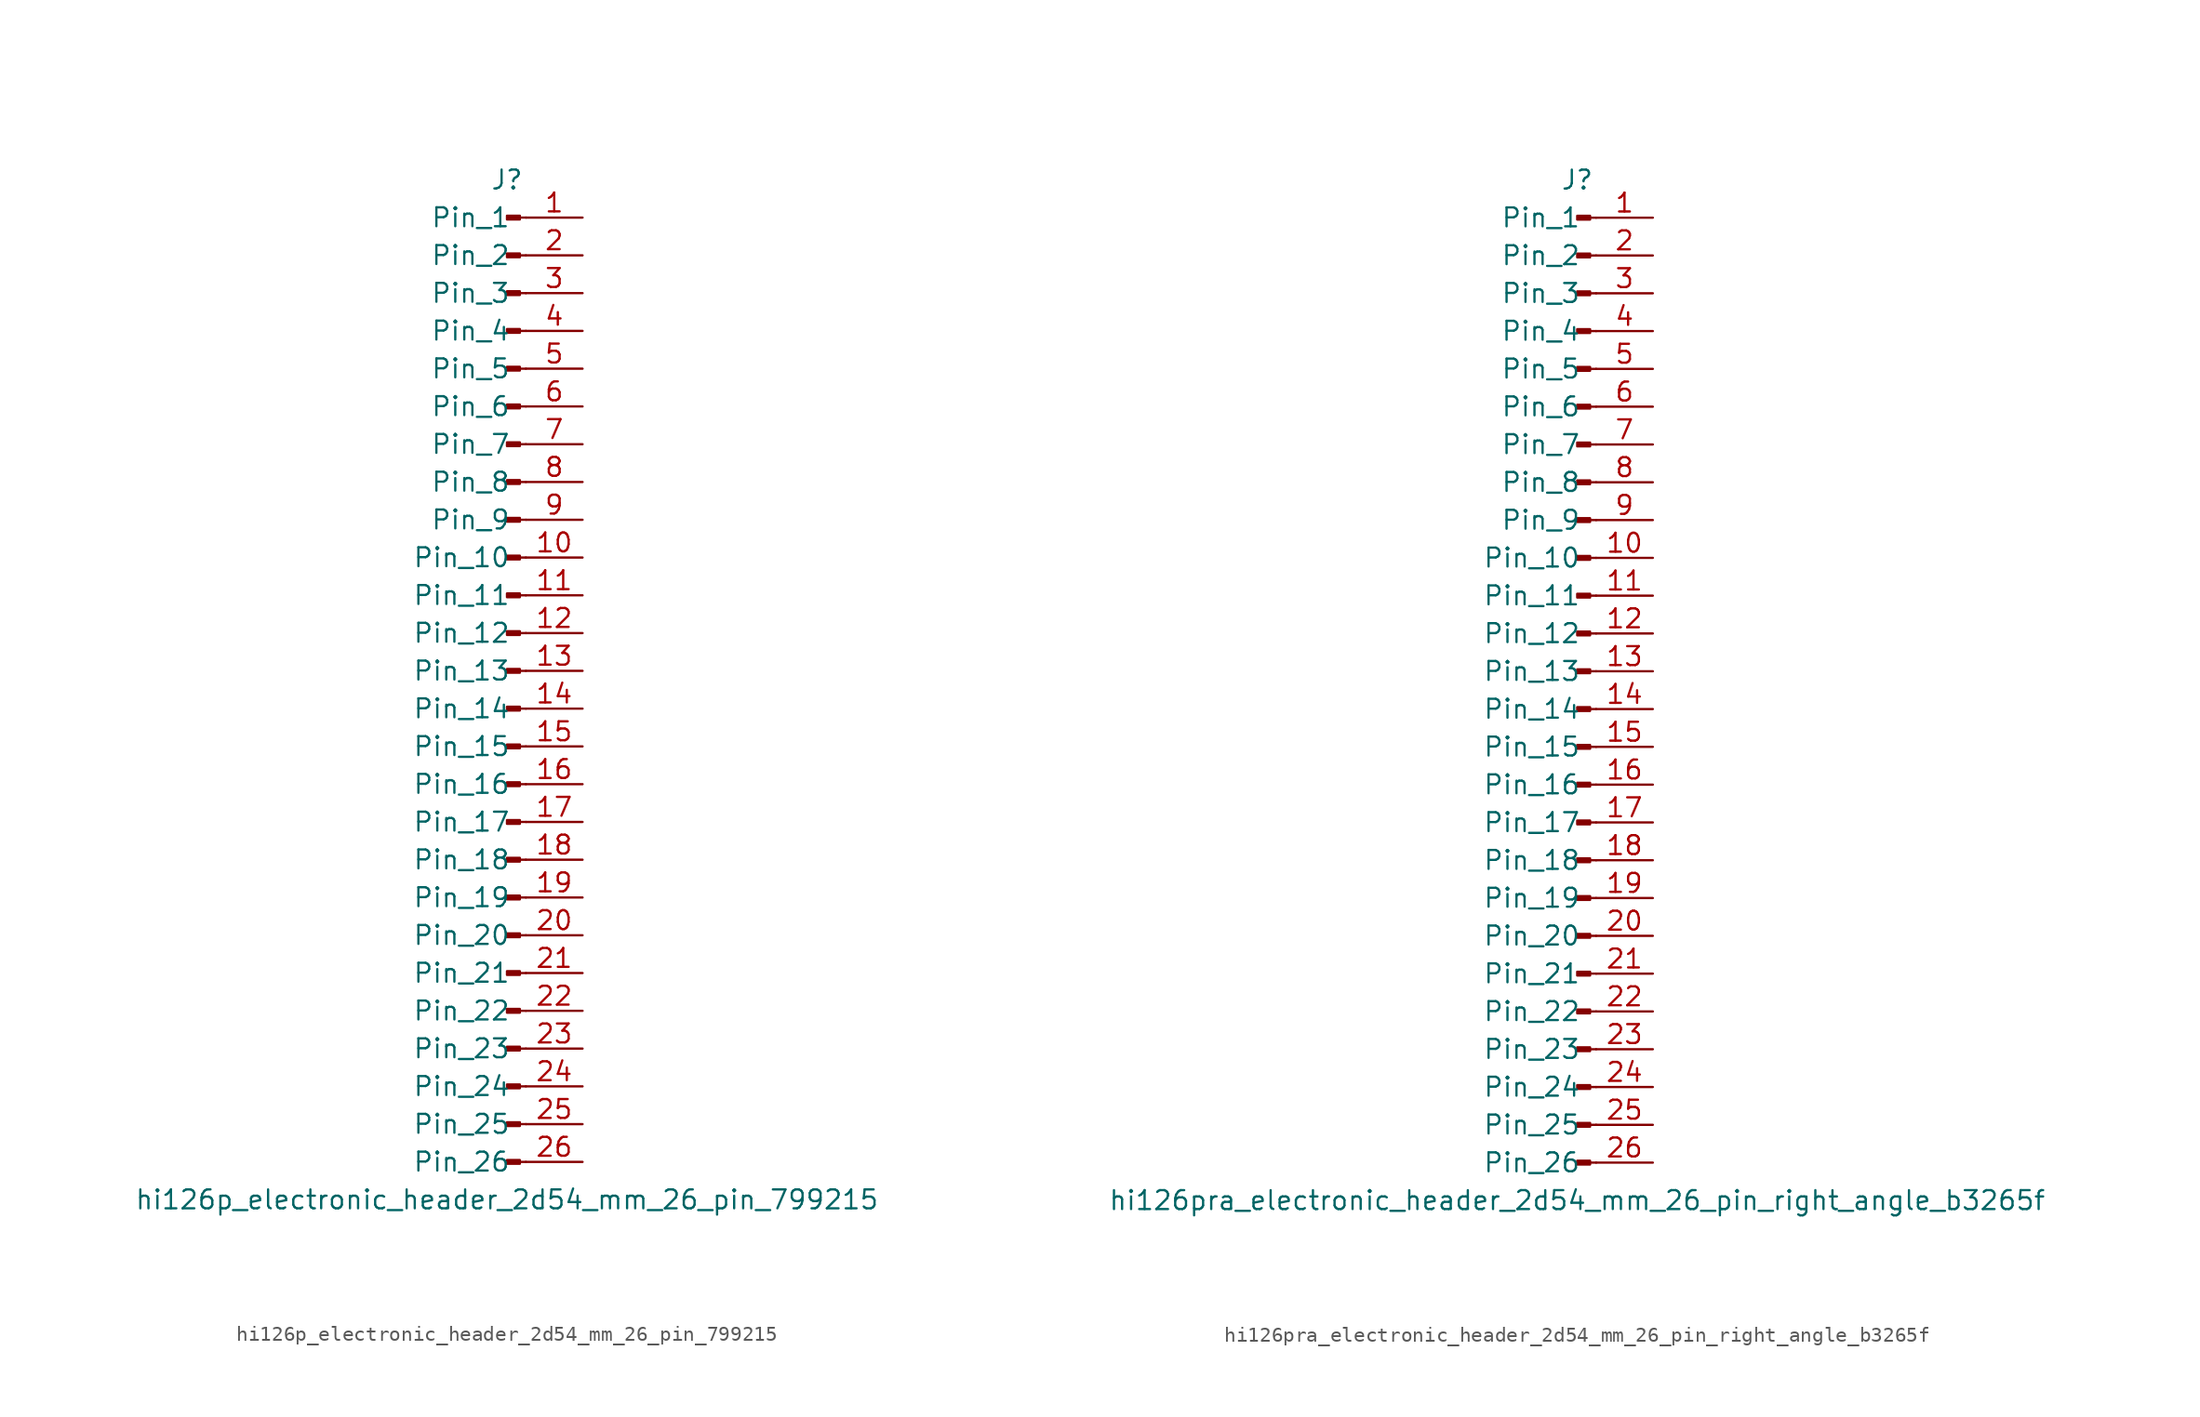
<source format=kicad_sym>
(kicad_symbol_lib
  (version 20220914)
  (generator kicad_symbol_editor)
  (symbol "hi126p_electronic_header_2d54_mm_26_pin_799215"
    (pin_names
      (offset 1.016))
    (property "Reference" "J"
      (at 0 33.02 0)
      (effects (font (size 1.27 1.27))))
    (property "Value" "hi126p_electronic_header_2d54_mm_26_pin_799215"
      (at 0 -35.56 0)
      (effects (font (size 1.27 1.27))))
    (property "ki_locked" ""
      (at 0 0 0)
      (effects (font (size 1.27 1.27))))
    (symbol "hi126p_electronic_header_2d54_mm_26_pin_799215_1_1"
      (polyline (pts (xy 1.27 -33.02) (xy 0.864 -33.02)) (stroke (width 0.152) (type default)) (fill (type none)))
      (polyline (pts (xy 1.27 -30.48) (xy 0.864 -30.48)) (stroke (width 0.152) (type default)) (fill (type none)))
      (polyline (pts (xy 1.27 -27.94) (xy 0.864 -27.94)) (stroke (width 0.152) (type default)) (fill (type none)))
      (polyline (pts (xy 1.27 -25.4) (xy 0.864 -25.4)) (stroke (width 0.152) (type default)) (fill (type none)))
      (polyline (pts (xy 1.27 -22.86) (xy 0.864 -22.86)) (stroke (width 0.152) (type default)) (fill (type none)))
      (polyline (pts (xy 1.27 -20.32) (xy 0.864 -20.32)) (stroke (width 0.152) (type default)) (fill (type none)))
      (polyline (pts (xy 1.27 -17.78) (xy 0.864 -17.78)) (stroke (width 0.152) (type default)) (fill (type none)))
      (polyline (pts (xy 1.27 -15.24) (xy 0.864 -15.24)) (stroke (width 0.152) (type default)) (fill (type none)))
      (polyline (pts (xy 1.27 -12.7) (xy 0.864 -12.7)) (stroke (width 0.152) (type default)) (fill (type none)))
      (polyline (pts (xy 1.27 -10.16) (xy 0.864 -10.16)) (stroke (width 0.152) (type default)) (fill (type none)))
      (polyline (pts (xy 1.27 -7.62) (xy 0.864 -7.62)) (stroke (width 0.152) (type default)) (fill (type none)))
      (polyline (pts (xy 1.27 -5.08) (xy 0.864 -5.08)) (stroke (width 0.152) (type default)) (fill (type none)))
      (polyline (pts (xy 1.27 -2.54) (xy 0.864 -2.54)) (stroke (width 0.152) (type default)) (fill (type none)))
      (polyline (pts (xy 1.27 0) (xy 0.864 0)) (stroke (width 0.152) (type default)) (fill (type none)))
      (polyline (pts (xy 1.27 2.54) (xy 0.864 2.54)) (stroke (width 0.152) (type default)) (fill (type none)))
      (polyline (pts (xy 1.27 5.08) (xy 0.864 5.08)) (stroke (width 0.152) (type default)) (fill (type none)))
      (polyline (pts (xy 1.27 7.62) (xy 0.864 7.62)) (stroke (width 0.152) (type default)) (fill (type none)))
      (polyline (pts (xy 1.27 10.16) (xy 0.864 10.16)) (stroke (width 0.152) (type default)) (fill (type none)))
      (polyline (pts (xy 1.27 12.7) (xy 0.864 12.7)) (stroke (width 0.152) (type default)) (fill (type none)))
      (polyline (pts (xy 1.27 15.24) (xy 0.864 15.24)) (stroke (width 0.152) (type default)) (fill (type none)))
      (polyline (pts (xy 1.27 17.78) (xy 0.864 17.78)) (stroke (width 0.152) (type default)) (fill (type none)))
      (polyline (pts (xy 1.27 20.32) (xy 0.864 20.32)) (stroke (width 0.152) (type default)) (fill (type none)))
      (polyline (pts (xy 1.27 22.86) (xy 0.864 22.86)) (stroke (width 0.152) (type default)) (fill (type none)))
      (polyline (pts (xy 1.27 25.4) (xy 0.864 25.4)) (stroke (width 0.152) (type default)) (fill (type none)))
      (polyline (pts (xy 1.27 27.94) (xy 0.864 27.94)) (stroke (width 0.152) (type default)) (fill (type none)))
      (polyline (pts (xy 1.27 30.48) (xy 0.864 30.48)) (stroke (width 0.152) (type default)) (fill (type none)))
      (rectangle (start 0.864 -32.893) (end 0 -33.147) (stroke (width 0.152) (type default)) (fill (type outline)))
      (rectangle (start 0.864 -30.353) (end 0 -30.607) (stroke (width 0.152) (type default)) (fill (type outline)))
      (rectangle (start 0.864 -27.813) (end 0 -28.067) (stroke (width 0.152) (type default)) (fill (type outline)))
      (rectangle (start 0.864 -25.273) (end 0 -25.527) (stroke (width 0.152) (type default)) (fill (type outline)))
      (rectangle (start 0.864 -22.733) (end 0 -22.987) (stroke (width 0.152) (type default)) (fill (type outline)))
      (rectangle (start 0.864 -20.193) (end 0 -20.447) (stroke (width 0.152) (type default)) (fill (type outline)))
      (rectangle (start 0.864 -17.653) (end 0 -17.907) (stroke (width 0.152) (type default)) (fill (type outline)))
      (rectangle (start 0.864 -15.113) (end 0 -15.367) (stroke (width 0.152) (type default)) (fill (type outline)))
      (rectangle (start 0.864 -12.573) (end 0 -12.827) (stroke (width 0.152) (type default)) (fill (type outline)))
      (rectangle (start 0.864 -10.033) (end 0 -10.287) (stroke (width 0.152) (type default)) (fill (type outline)))
      (rectangle (start 0.864 -7.493) (end 0 -7.747) (stroke (width 0.152) (type default)) (fill (type outline)))
      (rectangle (start 0.864 -4.953) (end 0 -5.207) (stroke (width 0.152) (type default)) (fill (type outline)))
      (rectangle (start 0.864 -2.413) (end 0 -2.667) (stroke (width 0.152) (type default)) (fill (type outline)))
      (rectangle (start 0.864 0.127) (end 0 -0.127) (stroke (width 0.152) (type default)) (fill (type outline)))
      (rectangle (start 0.864 2.667) (end 0 2.413) (stroke (width 0.152) (type default)) (fill (type outline)))
      (rectangle (start 0.864 5.207) (end 0 4.953) (stroke (width 0.152) (type default)) (fill (type outline)))
      (rectangle (start 0.864 7.747) (end 0 7.493) (stroke (width 0.152) (type default)) (fill (type outline)))
      (rectangle (start 0.864 10.287) (end 0 10.033) (stroke (width 0.152) (type default)) (fill (type outline)))
      (rectangle (start 0.864 12.827) (end 0 12.573) (stroke (width 0.152) (type default)) (fill (type outline)))
      (rectangle (start 0.864 15.367) (end 0 15.113) (stroke (width 0.152) (type default)) (fill (type outline)))
      (rectangle (start 0.864 17.907) (end 0 17.653) (stroke (width 0.152) (type default)) (fill (type outline)))
      (rectangle (start 0.864 20.447) (end 0 20.193) (stroke (width 0.152) (type default)) (fill (type outline)))
      (rectangle (start 0.864 22.987) (end 0 22.733) (stroke (width 0.152) (type default)) (fill (type outline)))
      (rectangle (start 0.864 25.527) (end 0 25.273) (stroke (width 0.152) (type default)) (fill (type outline)))
      (rectangle (start 0.864 28.067) (end 0 27.813) (stroke (width 0.152) (type default)) (fill (type outline)))
      (rectangle (start 0.864 30.607) (end 0 30.353) (stroke (width 0.152) (type default)) (fill (type outline)))
      (pin passive line (at 5.08 30.48 180) (length 3.81) (name "Pin_1" (effects (font (size 1.27 1.27)))) (number "1" (effects (font (size 1.27 1.27)))))
      (pin passive line (at 5.08 7.62 180) (length 3.81) (name "Pin_10" (effects (font (size 1.27 1.27)))) (number "10" (effects (font (size 1.27 1.27)))))
      (pin passive line (at 5.08 5.08 180) (length 3.81) (name "Pin_11" (effects (font (size 1.27 1.27)))) (number "11" (effects (font (size 1.27 1.27)))))
      (pin passive line (at 5.08 2.54 180) (length 3.81) (name "Pin_12" (effects (font (size 1.27 1.27)))) (number "12" (effects (font (size 1.27 1.27)))))
      (pin passive line (at 5.08 0 180) (length 3.81) (name "Pin_13" (effects (font (size 1.27 1.27)))) (number "13" (effects (font (size 1.27 1.27)))))
      (pin passive line (at 5.08 -2.54 180) (length 3.81) (name "Pin_14" (effects (font (size 1.27 1.27)))) (number "14" (effects (font (size 1.27 1.27)))))
      (pin passive line (at 5.08 -5.08 180) (length 3.81) (name "Pin_15" (effects (font (size 1.27 1.27)))) (number "15" (effects (font (size 1.27 1.27)))))
      (pin passive line (at 5.08 -7.62 180) (length 3.81) (name "Pin_16" (effects (font (size 1.27 1.27)))) (number "16" (effects (font (size 1.27 1.27)))))
      (pin passive line (at 5.08 -10.16 180) (length 3.81) (name "Pin_17" (effects (font (size 1.27 1.27)))) (number "17" (effects (font (size 1.27 1.27)))))
      (pin passive line (at 5.08 -12.7 180) (length 3.81) (name "Pin_18" (effects (font (size 1.27 1.27)))) (number "18" (effects (font (size 1.27 1.27)))))
      (pin passive line (at 5.08 -15.24 180) (length 3.81) (name "Pin_19" (effects (font (size 1.27 1.27)))) (number "19" (effects (font (size 1.27 1.27)))))
      (pin passive line (at 5.08 27.94 180) (length 3.81) (name "Pin_2" (effects (font (size 1.27 1.27)))) (number "2" (effects (font (size 1.27 1.27)))))
      (pin passive line (at 5.08 -17.78 180) (length 3.81) (name "Pin_20" (effects (font (size 1.27 1.27)))) (number "20" (effects (font (size 1.27 1.27)))))
      (pin passive line (at 5.08 -20.32 180) (length 3.81) (name "Pin_21" (effects (font (size 1.27 1.27)))) (number "21" (effects (font (size 1.27 1.27)))))
      (pin passive line (at 5.08 -22.86 180) (length 3.81) (name "Pin_22" (effects (font (size 1.27 1.27)))) (number "22" (effects (font (size 1.27 1.27)))))
      (pin passive line (at 5.08 -25.4 180) (length 3.81) (name "Pin_23" (effects (font (size 1.27 1.27)))) (number "23" (effects (font (size 1.27 1.27)))))
      (pin passive line (at 5.08 -27.94 180) (length 3.81) (name "Pin_24" (effects (font (size 1.27 1.27)))) (number "24" (effects (font (size 1.27 1.27)))))
      (pin passive line (at 5.08 -30.48 180) (length 3.81) (name "Pin_25" (effects (font (size 1.27 1.27)))) (number "25" (effects (font (size 1.27 1.27)))))
      (pin passive line (at 5.08 -33.02 180) (length 3.81) (name "Pin_26" (effects (font (size 1.27 1.27)))) (number "26" (effects (font (size 1.27 1.27)))))
      (pin passive line (at 5.08 25.4 180) (length 3.81) (name "Pin_3" (effects (font (size 1.27 1.27)))) (number "3" (effects (font (size 1.27 1.27)))))
      (pin passive line (at 5.08 22.86 180) (length 3.81) (name "Pin_4" (effects (font (size 1.27 1.27)))) (number "4" (effects (font (size 1.27 1.27)))))
      (pin passive line (at 5.08 20.32 180) (length 3.81) (name "Pin_5" (effects (font (size 1.27 1.27)))) (number "5" (effects (font (size 1.27 1.27)))))
      (pin passive line (at 5.08 17.78 180) (length 3.81) (name "Pin_6" (effects (font (size 1.27 1.27)))) (number "6" (effects (font (size 1.27 1.27)))))
      (pin passive line (at 5.08 15.24 180) (length 3.81) (name "Pin_7" (effects (font (size 1.27 1.27)))) (number "7" (effects (font (size 1.27 1.27)))))
      (pin passive line (at 5.08 12.7 180) (length 3.81) (name "Pin_8" (effects (font (size 1.27 1.27)))) (number "8" (effects (font (size 1.27 1.27)))))
      (pin passive line (at 5.08 10.16 180) (length 3.81) (name "Pin_9" (effects (font (size 1.27 1.27)))) (number "9" (effects (font (size 1.27 1.27)))))))
  (symbol "hi126pra_electronic_header_2d54_mm_26_pin_right_angle_b3265f"
    (pin_names
      (offset 1.016))
    (property "Reference" "J"
      (at 0 33.02 0)
      (effects (font (size 1.27 1.27))))
    (property "Value" "hi126pra_electronic_header_2d54_mm_26_pin_right_angle_b3265f"
      (at 0 -35.56 0)
      (effects (font (size 1.27 1.27))))
    (property "ki_locked" ""
      (at 0 0 0)
      (effects (font (size 1.27 1.27))))
    (symbol "hi126pra_electronic_header_2d54_mm_26_pin_right_angle_b3265f_1_1"
      (polyline (pts (xy 1.27 -33.02) (xy 0.864 -33.02)) (stroke (width 0.152) (type default)) (fill (type none)))
      (polyline (pts (xy 1.27 -30.48) (xy 0.864 -30.48)) (stroke (width 0.152) (type default)) (fill (type none)))
      (polyline (pts (xy 1.27 -27.94) (xy 0.864 -27.94)) (stroke (width 0.152) (type default)) (fill (type none)))
      (polyline (pts (xy 1.27 -25.4) (xy 0.864 -25.4)) (stroke (width 0.152) (type default)) (fill (type none)))
      (polyline (pts (xy 1.27 -22.86) (xy 0.864 -22.86)) (stroke (width 0.152) (type default)) (fill (type none)))
      (polyline (pts (xy 1.27 -20.32) (xy 0.864 -20.32)) (stroke (width 0.152) (type default)) (fill (type none)))
      (polyline (pts (xy 1.27 -17.78) (xy 0.864 -17.78)) (stroke (width 0.152) (type default)) (fill (type none)))
      (polyline (pts (xy 1.27 -15.24) (xy 0.864 -15.24)) (stroke (width 0.152) (type default)) (fill (type none)))
      (polyline (pts (xy 1.27 -12.7) (xy 0.864 -12.7)) (stroke (width 0.152) (type default)) (fill (type none)))
      (polyline (pts (xy 1.27 -10.16) (xy 0.864 -10.16)) (stroke (width 0.152) (type default)) (fill (type none)))
      (polyline (pts (xy 1.27 -7.62) (xy 0.864 -7.62)) (stroke (width 0.152) (type default)) (fill (type none)))
      (polyline (pts (xy 1.27 -5.08) (xy 0.864 -5.08)) (stroke (width 0.152) (type default)) (fill (type none)))
      (polyline (pts (xy 1.27 -2.54) (xy 0.864 -2.54)) (stroke (width 0.152) (type default)) (fill (type none)))
      (polyline (pts (xy 1.27 0) (xy 0.864 0)) (stroke (width 0.152) (type default)) (fill (type none)))
      (polyline (pts (xy 1.27 2.54) (xy 0.864 2.54)) (stroke (width 0.152) (type default)) (fill (type none)))
      (polyline (pts (xy 1.27 5.08) (xy 0.864 5.08)) (stroke (width 0.152) (type default)) (fill (type none)))
      (polyline (pts (xy 1.27 7.62) (xy 0.864 7.62)) (stroke (width 0.152) (type default)) (fill (type none)))
      (polyline (pts (xy 1.27 10.16) (xy 0.864 10.16)) (stroke (width 0.152) (type default)) (fill (type none)))
      (polyline (pts (xy 1.27 12.7) (xy 0.864 12.7)) (stroke (width 0.152) (type default)) (fill (type none)))
      (polyline (pts (xy 1.27 15.24) (xy 0.864 15.24)) (stroke (width 0.152) (type default)) (fill (type none)))
      (polyline (pts (xy 1.27 17.78) (xy 0.864 17.78)) (stroke (width 0.152) (type default)) (fill (type none)))
      (polyline (pts (xy 1.27 20.32) (xy 0.864 20.32)) (stroke (width 0.152) (type default)) (fill (type none)))
      (polyline (pts (xy 1.27 22.86) (xy 0.864 22.86)) (stroke (width 0.152) (type default)) (fill (type none)))
      (polyline (pts (xy 1.27 25.4) (xy 0.864 25.4)) (stroke (width 0.152) (type default)) (fill (type none)))
      (polyline (pts (xy 1.27 27.94) (xy 0.864 27.94)) (stroke (width 0.152) (type default)) (fill (type none)))
      (polyline (pts (xy 1.27 30.48) (xy 0.864 30.48)) (stroke (width 0.152) (type default)) (fill (type none)))
      (rectangle (start 0.864 -32.893) (end 0 -33.147) (stroke (width 0.152) (type default)) (fill (type outline)))
      (rectangle (start 0.864 -30.353) (end 0 -30.607) (stroke (width 0.152) (type default)) (fill (type outline)))
      (rectangle (start 0.864 -27.813) (end 0 -28.067) (stroke (width 0.152) (type default)) (fill (type outline)))
      (rectangle (start 0.864 -25.273) (end 0 -25.527) (stroke (width 0.152) (type default)) (fill (type outline)))
      (rectangle (start 0.864 -22.733) (end 0 -22.987) (stroke (width 0.152) (type default)) (fill (type outline)))
      (rectangle (start 0.864 -20.193) (end 0 -20.447) (stroke (width 0.152) (type default)) (fill (type outline)))
      (rectangle (start 0.864 -17.653) (end 0 -17.907) (stroke (width 0.152) (type default)) (fill (type outline)))
      (rectangle (start 0.864 -15.113) (end 0 -15.367) (stroke (width 0.152) (type default)) (fill (type outline)))
      (rectangle (start 0.864 -12.573) (end 0 -12.827) (stroke (width 0.152) (type default)) (fill (type outline)))
      (rectangle (start 0.864 -10.033) (end 0 -10.287) (stroke (width 0.152) (type default)) (fill (type outline)))
      (rectangle (start 0.864 -7.493) (end 0 -7.747) (stroke (width 0.152) (type default)) (fill (type outline)))
      (rectangle (start 0.864 -4.953) (end 0 -5.207) (stroke (width 0.152) (type default)) (fill (type outline)))
      (rectangle (start 0.864 -2.413) (end 0 -2.667) (stroke (width 0.152) (type default)) (fill (type outline)))
      (rectangle (start 0.864 0.127) (end 0 -0.127) (stroke (width 0.152) (type default)) (fill (type outline)))
      (rectangle (start 0.864 2.667) (end 0 2.413) (stroke (width 0.152) (type default)) (fill (type outline)))
      (rectangle (start 0.864 5.207) (end 0 4.953) (stroke (width 0.152) (type default)) (fill (type outline)))
      (rectangle (start 0.864 7.747) (end 0 7.493) (stroke (width 0.152) (type default)) (fill (type outline)))
      (rectangle (start 0.864 10.287) (end 0 10.033) (stroke (width 0.152) (type default)) (fill (type outline)))
      (rectangle (start 0.864 12.827) (end 0 12.573) (stroke (width 0.152) (type default)) (fill (type outline)))
      (rectangle (start 0.864 15.367) (end 0 15.113) (stroke (width 0.152) (type default)) (fill (type outline)))
      (rectangle (start 0.864 17.907) (end 0 17.653) (stroke (width 0.152) (type default)) (fill (type outline)))
      (rectangle (start 0.864 20.447) (end 0 20.193) (stroke (width 0.152) (type default)) (fill (type outline)))
      (rectangle (start 0.864 22.987) (end 0 22.733) (stroke (width 0.152) (type default)) (fill (type outline)))
      (rectangle (start 0.864 25.527) (end 0 25.273) (stroke (width 0.152) (type default)) (fill (type outline)))
      (rectangle (start 0.864 28.067) (end 0 27.813) (stroke (width 0.152) (type default)) (fill (type outline)))
      (rectangle (start 0.864 30.607) (end 0 30.353) (stroke (width 0.152) (type default)) (fill (type outline)))
      (pin passive line (at 5.08 30.48 180) (length 3.81) (name "Pin_1" (effects (font (size 1.27 1.27)))) (number "1" (effects (font (size 1.27 1.27)))))
      (pin passive line (at 5.08 7.62 180) (length 3.81) (name "Pin_10" (effects (font (size 1.27 1.27)))) (number "10" (effects (font (size 1.27 1.27)))))
      (pin passive line (at 5.08 5.08 180) (length 3.81) (name "Pin_11" (effects (font (size 1.27 1.27)))) (number "11" (effects (font (size 1.27 1.27)))))
      (pin passive line (at 5.08 2.54 180) (length 3.81) (name "Pin_12" (effects (font (size 1.27 1.27)))) (number "12" (effects (font (size 1.27 1.27)))))
      (pin passive line (at 5.08 0 180) (length 3.81) (name "Pin_13" (effects (font (size 1.27 1.27)))) (number "13" (effects (font (size 1.27 1.27)))))
      (pin passive line (at 5.08 -2.54 180) (length 3.81) (name "Pin_14" (effects (font (size 1.27 1.27)))) (number "14" (effects (font (size 1.27 1.27)))))
      (pin passive line (at 5.08 -5.08 180) (length 3.81) (name "Pin_15" (effects (font (size 1.27 1.27)))) (number "15" (effects (font (size 1.27 1.27)))))
      (pin passive line (at 5.08 -7.62 180) (length 3.81) (name "Pin_16" (effects (font (size 1.27 1.27)))) (number "16" (effects (font (size 1.27 1.27)))))
      (pin passive line (at 5.08 -10.16 180) (length 3.81) (name "Pin_17" (effects (font (size 1.27 1.27)))) (number "17" (effects (font (size 1.27 1.27)))))
      (pin passive line (at 5.08 -12.7 180) (length 3.81) (name "Pin_18" (effects (font (size 1.27 1.27)))) (number "18" (effects (font (size 1.27 1.27)))))
      (pin passive line (at 5.08 -15.24 180) (length 3.81) (name "Pin_19" (effects (font (size 1.27 1.27)))) (number "19" (effects (font (size 1.27 1.27)))))
      (pin passive line (at 5.08 27.94 180) (length 3.81) (name "Pin_2" (effects (font (size 1.27 1.27)))) (number "2" (effects (font (size 1.27 1.27)))))
      (pin passive line (at 5.08 -17.78 180) (length 3.81) (name "Pin_20" (effects (font (size 1.27 1.27)))) (number "20" (effects (font (size 1.27 1.27)))))
      (pin passive line (at 5.08 -20.32 180) (length 3.81) (name "Pin_21" (effects (font (size 1.27 1.27)))) (number "21" (effects (font (size 1.27 1.27)))))
      (pin passive line (at 5.08 -22.86 180) (length 3.81) (name "Pin_22" (effects (font (size 1.27 1.27)))) (number "22" (effects (font (size 1.27 1.27)))))
      (pin passive line (at 5.08 -25.4 180) (length 3.81) (name "Pin_23" (effects (font (size 1.27 1.27)))) (number "23" (effects (font (size 1.27 1.27)))))
      (pin passive line (at 5.08 -27.94 180) (length 3.81) (name "Pin_24" (effects (font (size 1.27 1.27)))) (number "24" (effects (font (size 1.27 1.27)))))
      (pin passive line (at 5.08 -30.48 180) (length 3.81) (name "Pin_25" (effects (font (size 1.27 1.27)))) (number "25" (effects (font (size 1.27 1.27)))))
      (pin passive line (at 5.08 -33.02 180) (length 3.81) (name "Pin_26" (effects (font (size 1.27 1.27)))) (number "26" (effects (font (size 1.27 1.27)))))
      (pin passive line (at 5.08 25.4 180) (length 3.81) (name "Pin_3" (effects (font (size 1.27 1.27)))) (number "3" (effects (font (size 1.27 1.27)))))
      (pin passive line (at 5.08 22.86 180) (length 3.81) (name "Pin_4" (effects (font (size 1.27 1.27)))) (number "4" (effects (font (size 1.27 1.27)))))
      (pin passive line (at 5.08 20.32 180) (length 3.81) (name "Pin_5" (effects (font (size 1.27 1.27)))) (number "5" (effects (font (size 1.27 1.27)))))
      (pin passive line (at 5.08 17.78 180) (length 3.81) (name "Pin_6" (effects (font (size 1.27 1.27)))) (number "6" (effects (font (size 1.27 1.27)))))
      (pin passive line (at 5.08 15.24 180) (length 3.81) (name "Pin_7" (effects (font (size 1.27 1.27)))) (number "7" (effects (font (size 1.27 1.27)))))
      (pin passive line (at 5.08 12.7 180) (length 3.81) (name "Pin_8" (effects (font (size 1.27 1.27)))) (number "8" (effects (font (size 1.27 1.27)))))
      (pin passive line (at 5.08 10.16 180) (length 3.81) (name "Pin_9" (effects (font (size 1.27 1.27)))) (number "9" (effects (font (size 1.27 1.27))))))))
</source>
